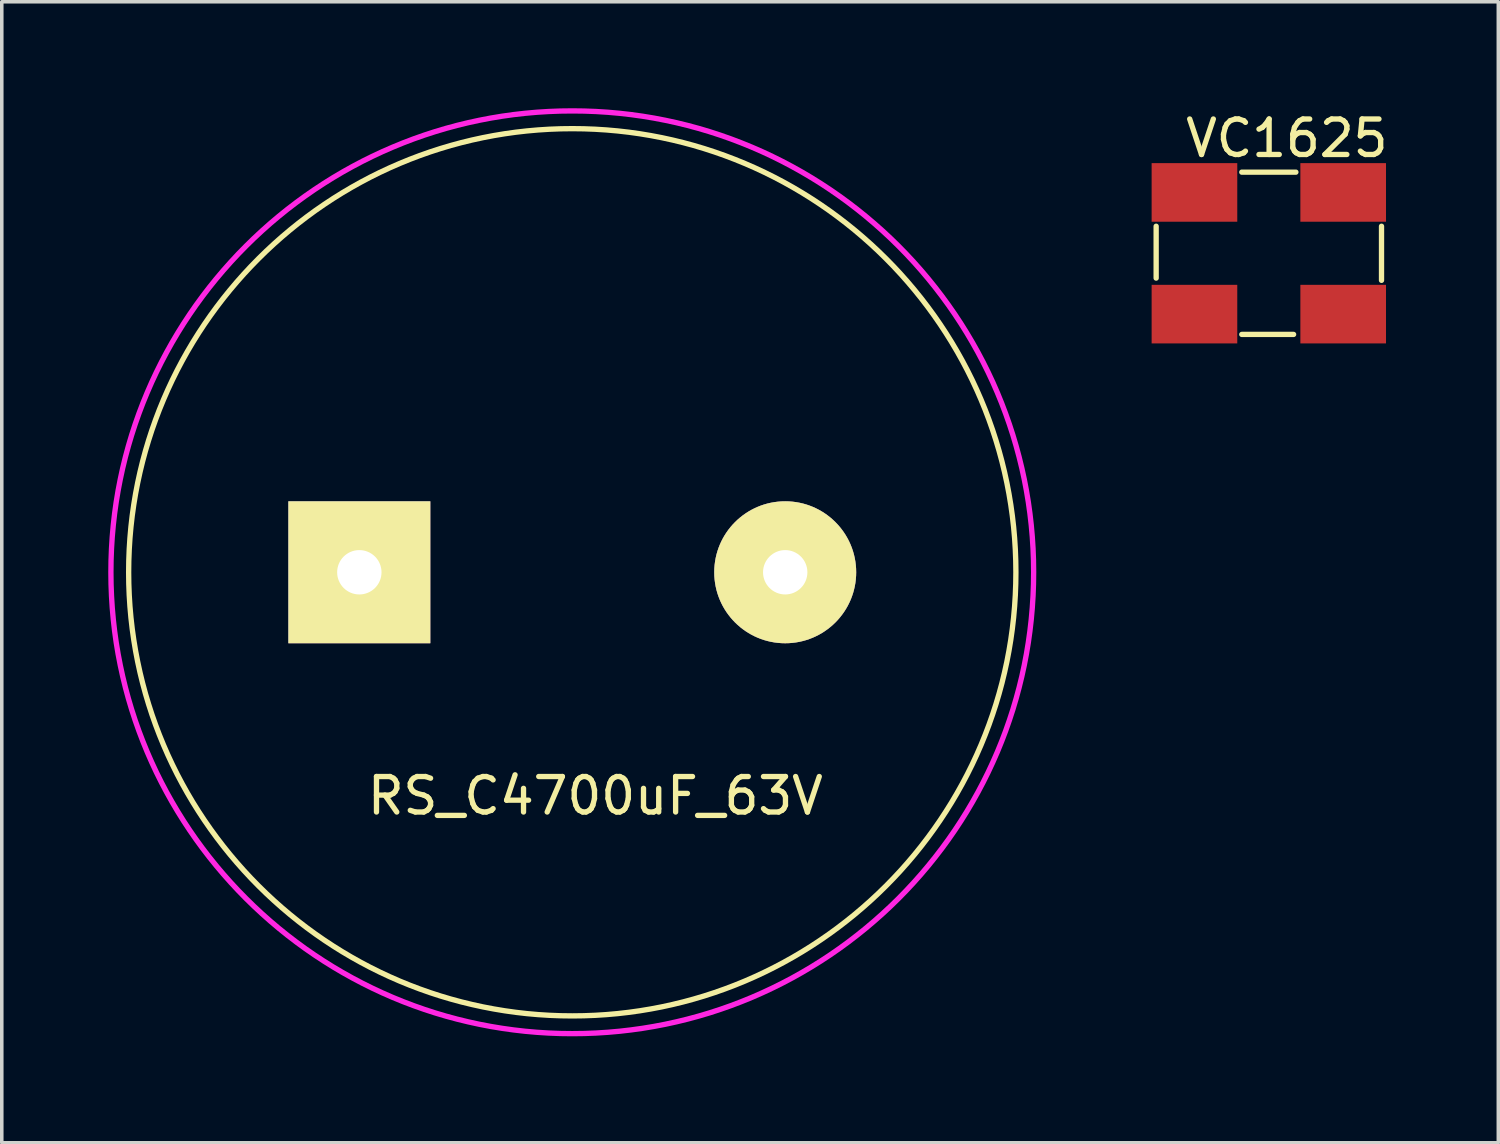
<source format=kicad_pcb>
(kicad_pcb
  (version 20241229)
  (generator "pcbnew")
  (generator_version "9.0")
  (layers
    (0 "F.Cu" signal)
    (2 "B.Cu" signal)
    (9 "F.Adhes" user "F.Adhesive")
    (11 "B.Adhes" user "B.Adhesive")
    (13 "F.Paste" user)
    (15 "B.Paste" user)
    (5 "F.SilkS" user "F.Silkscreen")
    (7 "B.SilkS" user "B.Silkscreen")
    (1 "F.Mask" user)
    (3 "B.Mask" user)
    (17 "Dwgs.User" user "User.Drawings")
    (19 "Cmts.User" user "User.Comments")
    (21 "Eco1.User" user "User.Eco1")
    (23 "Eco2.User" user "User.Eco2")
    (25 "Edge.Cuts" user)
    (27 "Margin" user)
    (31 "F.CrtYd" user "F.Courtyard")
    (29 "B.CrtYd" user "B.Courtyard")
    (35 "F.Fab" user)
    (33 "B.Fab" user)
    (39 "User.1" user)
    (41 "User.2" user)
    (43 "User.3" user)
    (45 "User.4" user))
  (footprint "VC1625"
    (layer "F.Cu")
    (at 29.4 6.627)
    (property "Reference" "VC1625" (at 3.81 -5.779 0) (layer "F.SilkS") (effects (font (size 1 1) (thickness 0.15))))
    (attr through_hole)
    (fp_line (start 0.127 -3.302) (end 0.127 -1.841) (stroke (width 0.15) (type solid)) (layer "F.SilkS"))
    (fp_line (start 2.54 -4.826) (end 4.064 -4.826) (stroke (width 0.15) (type solid)) (layer "F.SilkS"))
    (fp_line (start 2.54 -0.254) (end 4 -0.254) (stroke (width 0.15) (type solid)) (layer "F.SilkS"))
    (fp_line (start 6.477 -3.302) (end 6.477 -1.778) (stroke (width 0.15) (type solid)) (layer "F.SilkS"))
    (pad "1" smd rect (at 1.206 -0.826) (size 2.413 1.651) (layers "F.Cu" "F.Mask" "F.Paste"))
    (pad "2" smd rect (at 1.206 -4.255) (size 2.413 1.651) (layers "F.Cu" "F.Mask" "F.Paste"))
    (pad "3" smd rect (at 5.397 -0.826) (size 2.413 1.651) (layers "F.Cu" "F.Mask" "F.Paste"))
    (pad "4" smd rect (at 5.397 -4.255) (size 2.413 1.651) (layers "F.Cu" "F.Mask" "F.Paste")))
  (footprint "RS_C4700uF_63V"
    (layer "F.Cu")
    (at 13.075 13.075)
    (property "Reference" "RS_C4700uF_63V" (at 0.65 6.3 0) (layer "F.SilkS") (effects (font (size 1 1) (thickness 0.15))))
    (attr through_hole)
    (fp_circle (center 0 0) (end 12.5 0) (stroke (width 0.15) (type solid)) (fill no) (layer "F.SilkS"))
    (fp_circle (center 0 0) (end 13 0) (stroke (width 0.15) (type solid)) (fill no) (layer "F.CrtYd"))
    (pad "1" thru_hole rect (at -6 0) (size 4 4) (drill 1.25) (layers "*.Cu" "*.Mask" "F.SilkS"))
    (pad "2" thru_hole circle (at 6 0) (size 4 4) (drill 1.25) (layers "*.Cu" "*.Mask" "F.SilkS")))
  (gr_rect
    (start -3 -3)
    (end 39.168 29.15)
    (stroke (width 0.1) (type default))
    (fill no)
    (layer "Edge.Cuts")))
</source>
